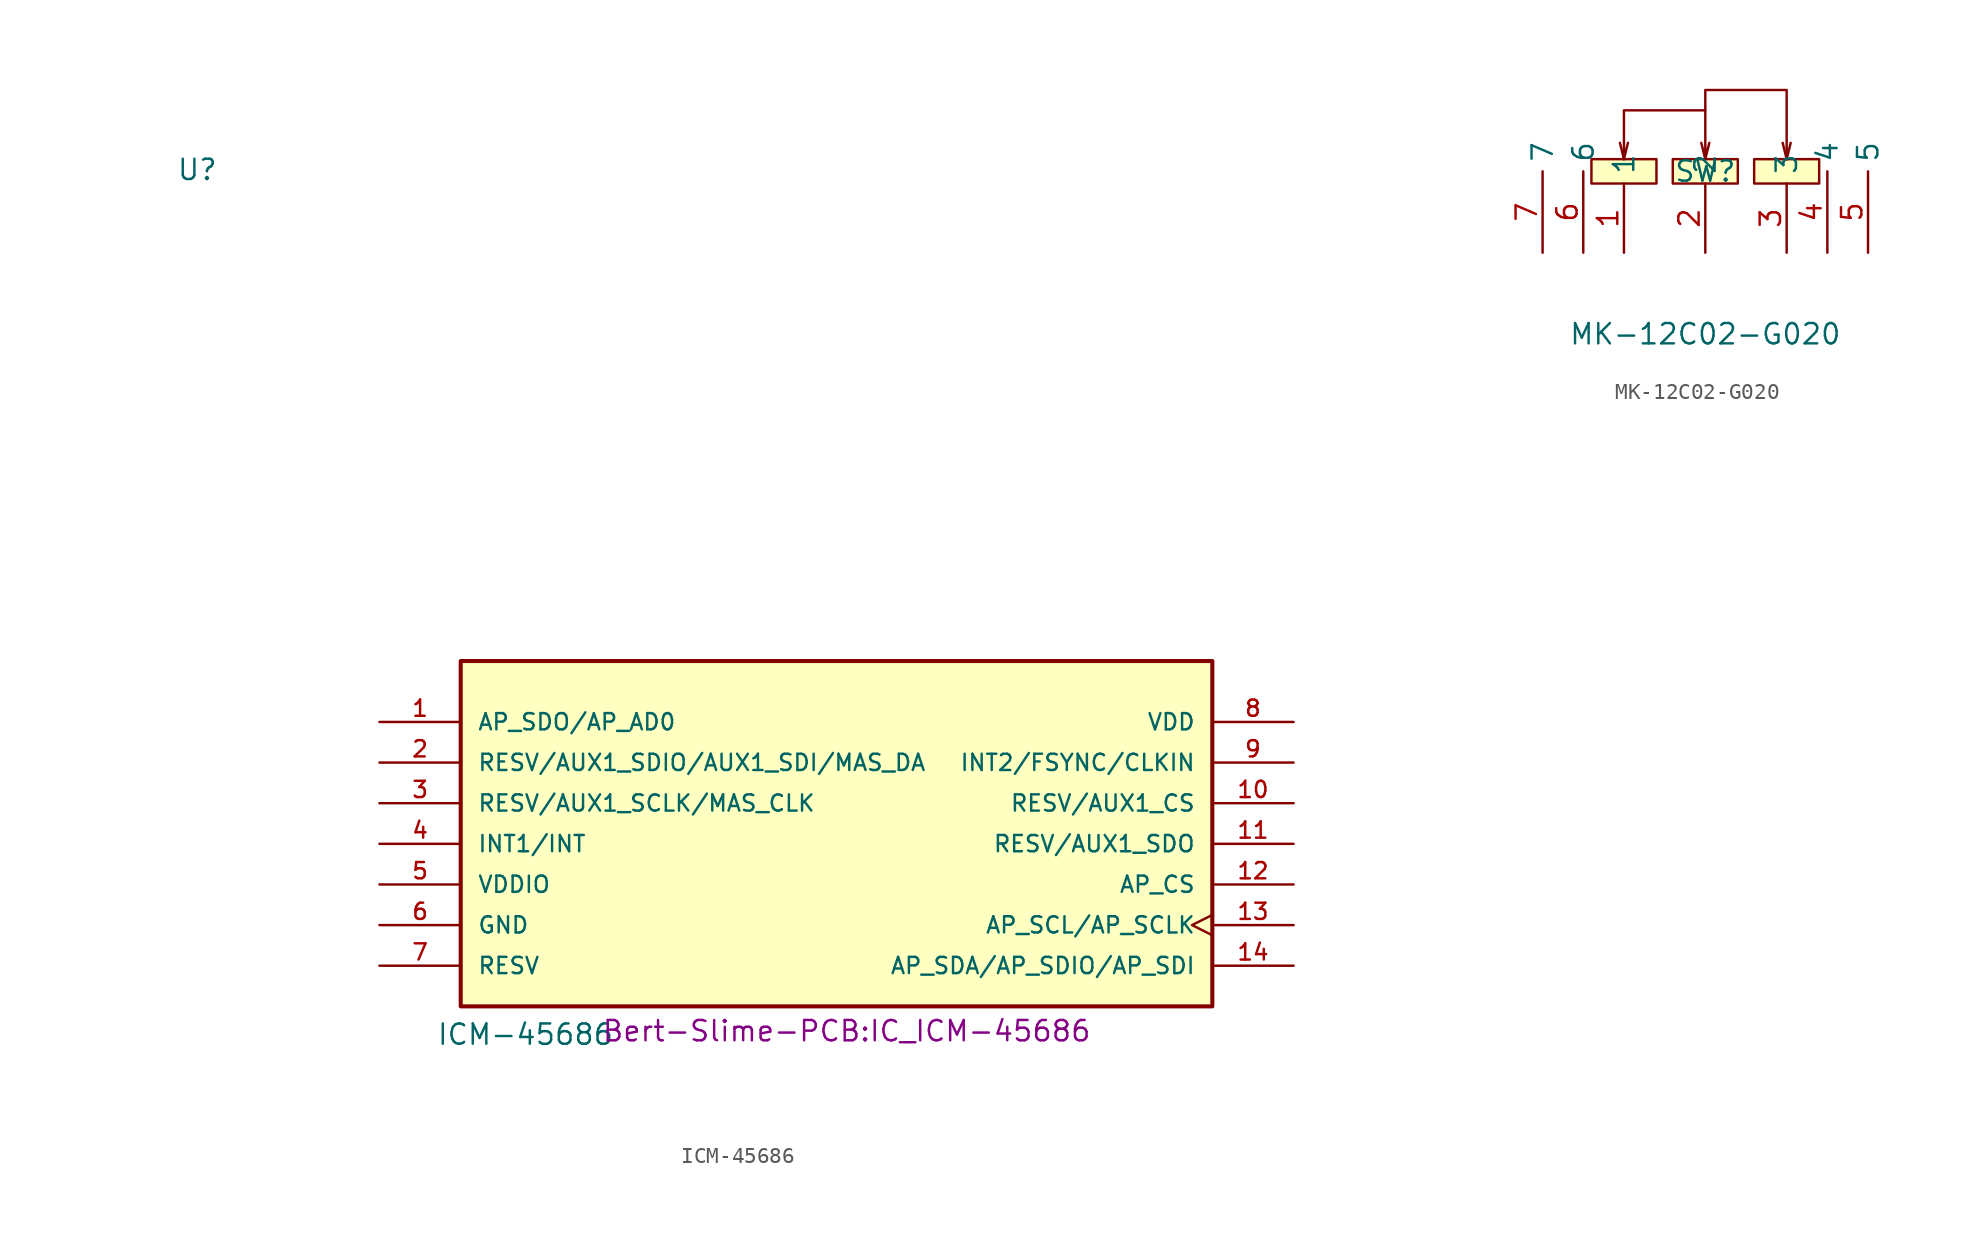
<source format=kicad_sym>
(kicad_symbol_lib
  (version 20241209)
  (generator "kicad_symbol_editor")
  (generator_version "9.0")
  (symbol "ICM-45686"
    (pin_names
      (offset 1.016))
    (property "Reference" "U"
      (at -40.64 41.402 0)
      (effects (font (size 1.27 1.27)) (justify left bottom)))
    (property "Value" "ICM-45686"
      (at -24.384 -11.176 0)
      (effects (font (size 1.27 1.27)) (justify left top)))
    (property "Footprint" "Bert-Slime-PCB:IC_ICM-45686"
      (at 1.27 -12.446 0)
      (effects (font (size 1.27 1.27)) (justify bottom)))
    (symbol "ICM-45686_0_0"
      (rectangle (start -22.86 11.43) (end 24.13 -10.16) (stroke (width 0.254) (type default)) (fill (type background)))
      (pin bidirectional line (at -27.94 7.62 0) (length 5.08) (name "AP_SDO/AP_AD0" (effects (font (size 1.016 1.016)))) (number "1" (effects (font (size 1.016 1.016)))))
      (pin bidirectional line (at -27.94 5.08 0) (length 5.08) (name "RESV/AUX1_SDIO/AUX1_SDI/MAS_DA" (effects (font (size 1.016 1.016)))) (number "2" (effects (font (size 1.016 1.016)))))
      (pin bidirectional line (at -27.94 2.54 0) (length 5.08) (name "RESV/AUX1_SCLK/MAS_CLK" (effects (font (size 1.016 1.016)))) (number "3" (effects (font (size 1.016 1.016)))))
      (pin output line (at -27.94 0 0) (length 5.08) (name "INT1/INT" (effects (font (size 1.016 1.016)))) (number "4" (effects (font (size 1.016 1.016)))))
      (pin power_in line (at -27.94 -2.54 0) (length 5.08) (name "VDDIO" (effects (font (size 1.016 1.016)))) (number "5" (effects (font (size 1.016 1.016)))))
      (pin power_in line (at -27.94 -5.08 0) (length 5.08) (name "GND" (effects (font (size 1.016 1.016)))) (number "6" (effects (font (size 1.016 1.016)))))
      (pin passive line (at -27.94 -7.62 0) (length 5.08) (name "RESV" (effects (font (size 1.016 1.016)))) (number "7" (effects (font (size 1.016 1.016)))))
      (pin power_in line (at 29.21 7.62 180) (length 5.08) (name "VDD" (effects (font (size 1.016 1.016)))) (number "8" (effects (font (size 1.016 1.016)))))
      (pin bidirectional line (at 29.21 5.08 180) (length 5.08) (name "INT2/FSYNC/CLKIN" (effects (font (size 1.016 1.016)))) (number "9" (effects (font (size 1.016 1.016)))))
      (pin input line (at 29.21 2.54 180) (length 5.08) (name "RESV/AUX1_CS" (effects (font (size 1.016 1.016)))) (number "10" (effects (font (size 1.016 1.016)))))
      (pin output line (at 29.21 0 180) (length 5.08) (name "RESV/AUX1_SDO" (effects (font (size 1.016 1.016)))) (number "11" (effects (font (size 1.016 1.016)))))
      (pin input line (at 29.21 -2.54 180) (length 5.08) (name "AP_CS" (effects (font (size 1.016 1.016)))) (number "12" (effects (font (size 1.016 1.016)))))
      (pin input clock (at 29.21 -5.08 180) (length 5.08) (name "AP_SCL/AP_SCLK" (effects (font (size 1.016 1.016)))) (number "13" (effects (font (size 1.016 1.016)))))
      (pin bidirectional line (at 29.21 -7.62 180) (length 5.08) (name "AP_SDA/AP_SDIO/AP_SDI" (effects (font (size 1.016 1.016)))) (number "14" (effects (font (size 1.016 1.016)))))))
  (symbol "MK-12C02-G020"
    (property "Reference" "SW"
      (at 0 0 0)
      (effects (font (size 1.27 1.27))))
    (property "Value" "MK-12C02-G020"
      (at 0 -10.16 0)
      (effects (font (size 1.27 1.27))))
    (symbol "MK-12C02-G020_0_1"
      (rectangle (start -7.11 0.76) (end -3.05 -0.76) (stroke (width 0) (type default)) (fill (type background)))
      (polyline (pts (xy -5.08 0.76) (xy -5.33 1.78)) (stroke (width 0) (type default)) (fill (type none)))
      (rectangle (start -2.03 0.76) (end 2.03 -0.76) (stroke (width 0) (type default)) (fill (type background)))
      (polyline (pts (xy 0 3.81) (xy -5.08 3.81) (xy -5.08 0.76) (xy -4.83 1.78)) (stroke (width 0) (type default)) (fill (type none)))
      (polyline (pts (xy 0 0.76) (xy -0.25 1.78)) (stroke (width 0) (type default)) (fill (type none)))
      (rectangle (start 3.05 0.76) (end 7.11 -0.76) (stroke (width 0) (type default)) (fill (type background)))
      (polyline (pts (xy 5.08 0.76) (xy 4.83 1.78)) (stroke (width 0) (type default)) (fill (type none)))
      (polyline (pts (xy 5.08 0.76) (xy 5.33 1.78)) (stroke (width 0) (type default)) (fill (type none)))
      (polyline (pts (xy 5.08 0.76) (xy 5.08 5.08) (xy 0 5.08) (xy 0 0.76) (xy 0.25 1.78)) (stroke (width 0) (type default)) (fill (type none)))
      (pin unspecified line (at -10.16 -5.08 90) (length 5.08) (name "7" (effects (font (size 1.27 1.27)))) (number "7" (effects (font (size 1.27 1.27)))))
      (pin unspecified line (at -7.62 -5.08 90) (length 5.08) (name "6" (effects (font (size 1.27 1.27)))) (number "6" (effects (font (size 1.27 1.27)))))
      (pin unspecified line (at -5.08 -5.08 90) (length 4.318) (name "1" (effects (font (size 1.27 1.27)))) (number "1" (effects (font (size 1.27 1.27)))))
      (pin unspecified line (at 0 -5.08 90) (length 4.318) (name "2" (effects (font (size 1.27 1.27)))) (number "2" (effects (font (size 1.27 1.27)))))
      (pin unspecified line (at 5.08 -5.08 90) (length 4.318) (name "3" (effects (font (size 1.27 1.27)))) (number "3" (effects (font (size 1.27 1.27)))))
      (pin unspecified line (at 7.62 -5.08 90) (length 5.08) (name "4" (effects (font (size 1.27 1.27)))) (number "4" (effects (font (size 1.27 1.27)))))
      (pin unspecified line (at 10.16 -5.08 90) (length 5.08) (name "5" (effects (font (size 1.27 1.27)))) (number "5" (effects (font (size 1.27 1.27))))))))
</source>
